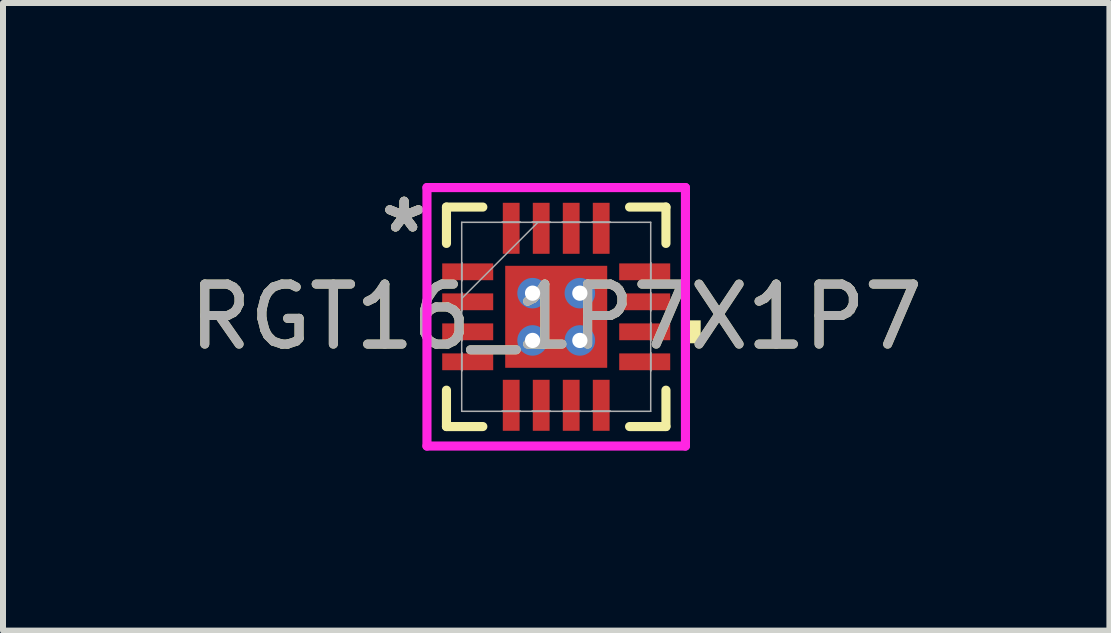
<source format=kicad_pcb>
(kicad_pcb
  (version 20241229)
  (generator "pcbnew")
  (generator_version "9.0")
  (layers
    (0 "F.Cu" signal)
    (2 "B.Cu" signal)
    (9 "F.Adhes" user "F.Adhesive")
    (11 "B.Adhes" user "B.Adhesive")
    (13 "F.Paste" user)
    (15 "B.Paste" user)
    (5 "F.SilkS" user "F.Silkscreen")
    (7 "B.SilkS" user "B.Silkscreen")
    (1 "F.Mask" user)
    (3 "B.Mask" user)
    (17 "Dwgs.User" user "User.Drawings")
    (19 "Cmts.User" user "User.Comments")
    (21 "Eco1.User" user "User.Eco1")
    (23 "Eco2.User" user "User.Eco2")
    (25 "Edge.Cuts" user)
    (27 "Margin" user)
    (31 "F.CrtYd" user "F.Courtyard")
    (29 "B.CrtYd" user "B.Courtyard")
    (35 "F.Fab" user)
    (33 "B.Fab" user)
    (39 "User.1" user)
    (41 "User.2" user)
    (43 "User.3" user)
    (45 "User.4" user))
  (footprint "RGT16_1P7X1P7"
    (layer "F.Cu")
    (at 6.22 2.23)
    (property "Reference" "RGT16_1P7X1P7" (at 0 0 0) (unlocked yes) (layer "F.SilkS") (effects (font (size 1 1) (thickness 0.15))))
    (attr smd)
    (fp_poly (pts (xy -1.97 -0.96) (xy -1.97 -0.54) (xy -0.98 -0.54) (xy -0.98 -0.96)) (stroke (width 0) (type solid)) (fill yes) (layer "F.Mask"))
    (fp_poly (pts (xy -1.97 -0.46) (xy -1.97 -0.04) (xy -0.98 -0.04) (xy -0.98 -0.46)) (stroke (width 0) (type solid)) (fill yes) (layer "F.Mask"))
    (fp_poly (pts (xy -1.97 0.04) (xy -1.97 0.46) (xy -0.98 0.46) (xy -0.98 0.04)) (stroke (width 0) (type solid)) (fill yes) (layer "F.Mask"))
    (fp_poly (pts (xy -1.97 0.54) (xy -1.97 0.96) (xy -0.98 0.96) (xy -0.98 0.54)) (stroke (width 0) (type solid)) (fill yes) (layer "F.Mask"))
    (fp_poly (pts (xy -0.96 -1.97) (xy -0.96 -0.98) (xy -0.541 -0.98) (xy -0.541 -1.97)) (stroke (width 0) (type solid)) (fill yes) (layer "F.Mask"))
    (fp_poly (pts (xy -0.96 0.98) (xy -0.96 1.97) (xy -0.541 1.97) (xy -0.541 0.98)) (stroke (width 0) (type solid)) (fill yes) (layer "F.Mask"))
    (fp_poly (pts (xy -0.913 -0.913) (xy -0.594 -0.913) (xy -0.594 0.913) (xy -0.913 0.913)) (stroke (width 0) (type solid)) (fill yes) (layer "F.Mask"))
    (fp_poly (pts (xy -0.913 -0.913) (xy 0.913 -0.913) (xy 0.913 -0.594) (xy -0.913 -0.594)) (stroke (width 0) (type solid)) (fill yes) (layer "F.Mask"))
    (fp_poly (pts (xy -0.913 -0.194) (xy 0.913 -0.194) (xy 0.913 0.194) (xy -0.913 0.194)) (stroke (width 0) (type solid)) (fill yes) (layer "F.Mask"))
    (fp_poly (pts (xy -0.913 0.594) (xy 0.913 0.594) (xy 0.913 0.913) (xy -0.913 0.913)) (stroke (width 0) (type solid)) (fill yes) (layer "F.Mask"))
    (fp_poly (pts (xy -0.46 -1.97) (xy -0.46 -0.98) (xy -0.04 -0.98) (xy -0.04 -1.97)) (stroke (width 0) (type solid)) (fill yes) (layer "F.Mask"))
    (fp_poly (pts (xy -0.46 0.98) (xy -0.46 1.97) (xy -0.04 1.97) (xy -0.04 0.98)) (stroke (width 0) (type solid)) (fill yes) (layer "F.Mask"))
    (fp_poly (pts (xy 0.04 -1.97) (xy 0.04 -0.98) (xy 0.46 -0.98) (xy 0.46 -1.97)) (stroke (width 0) (type solid)) (fill yes) (layer "F.Mask"))
    (fp_poly (pts (xy 0.04 0.98) (xy 0.04 1.97) (xy 0.46 1.97) (xy 0.46 0.98)) (stroke (width 0) (type solid)) (fill yes) (layer "F.Mask"))
    (fp_poly (pts (xy 0.194 -0.913) (xy -0.194 -0.913) (xy -0.194 0.913) (xy 0.194 0.913)) (stroke (width 0) (type solid)) (fill yes) (layer "F.Mask"))
    (fp_poly (pts (xy 0.541 -1.97) (xy 0.541 -0.98) (xy 0.96 -0.98) (xy 0.96 -1.97)) (stroke (width 0) (type solid)) (fill yes) (layer "F.Mask"))
    (fp_poly (pts (xy 0.541 0.98) (xy 0.541 1.97) (xy 0.96 1.97) (xy 0.96 0.98)) (stroke (width 0) (type solid)) (fill yes) (layer "F.Mask"))
    (fp_poly (pts (xy 0.594 -0.913) (xy 0.913 -0.913) (xy 0.913 0.913) (xy 0.594 0.913)) (stroke (width 0) (type solid)) (fill yes) (layer "F.Mask"))
    (fp_poly (pts (xy 0.98 -0.96) (xy 0.98 -0.54) (xy 1.97 -0.54) (xy 1.97 -0.96)) (stroke (width 0) (type solid)) (fill yes) (layer "F.Mask"))
    (fp_poly (pts (xy 0.98 -0.46) (xy 0.98 -0.04) (xy 1.97 -0.04) (xy 1.97 -0.46)) (stroke (width 0) (type solid)) (fill yes) (layer "F.Mask"))
    (fp_poly (pts (xy 0.98 0.04) (xy 0.98 0.46) (xy 1.97 0.46) (xy 1.97 0.04)) (stroke (width 0) (type solid)) (fill yes) (layer "F.Mask"))
    (fp_poly (pts (xy 0.98 0.54) (xy 0.98 0.96) (xy 1.97 0.96) (xy 1.97 0.54)) (stroke (width 0) (type solid)) (fill yes) (layer "F.Mask"))
    (fp_line (start -1.829 -1.829) (end -1.829 -1.223) (stroke (width 0.152) (type solid)) (layer "F.SilkS"))
    (fp_line (start -1.829 1.223) (end -1.829 1.829) (stroke (width 0.152) (type solid)) (layer "F.SilkS"))
    (fp_line (start -1.829 1.829) (end -1.223 1.829) (stroke (width 0.152) (type solid)) (layer "F.SilkS"))
    (fp_line (start -1.223 -1.829) (end -1.829 -1.829) (stroke (width 0.152) (type solid)) (layer "F.SilkS"))
    (fp_line (start 1.223 1.829) (end 1.829 1.829) (stroke (width 0.152) (type solid)) (layer "F.SilkS"))
    (fp_line (start 1.829 -1.829) (end 1.223 -1.829) (stroke (width 0.152) (type solid)) (layer "F.SilkS"))
    (fp_line (start 1.829 -1.223) (end 1.829 -1.829) (stroke (width 0.152) (type solid)) (layer "F.SilkS"))
    (fp_line (start 1.829 1.829) (end 1.829 1.223) (stroke (width 0.152) (type solid)) (layer "F.SilkS"))
    (fp_poly (pts (xy 2.408 0.059) (xy 2.408 0.441) (xy 2.154 0.441) (xy 2.154 0.059)) (stroke (width 0) (type solid)) (fill yes) (layer "F.SilkS"))
    (fp_poly (pts (xy -1.875 -0.865) (xy -1.875 -0.635) (xy -1.075 -0.635) (xy -1.075 -0.865)) (stroke (width 0) (type solid)) (fill yes) (layer "F.Paste"))
    (fp_poly (pts (xy -1.875 -0.365) (xy -1.875 -0.135) (xy -1.075 -0.135) (xy -1.075 -0.365)) (stroke (width 0) (type solid)) (fill yes) (layer "F.Paste"))
    (fp_poly (pts (xy -1.875 0.135) (xy -1.875 0.365) (xy -1.075 0.365) (xy -1.075 0.135)) (stroke (width 0) (type solid)) (fill yes) (layer "F.Paste"))
    (fp_poly (pts (xy -1.875 0.635) (xy -1.875 0.865) (xy -1.075 0.865) (xy -1.075 0.635)) (stroke (width 0) (type solid)) (fill yes) (layer "F.Paste"))
    (fp_poly (pts (xy -0.865 -1.875) (xy -0.865 -1.075) (xy -0.635 -1.075) (xy -0.635 -1.875)) (stroke (width 0) (type solid)) (fill yes) (layer "F.Paste"))
    (fp_poly (pts (xy -0.865 1.075) (xy -0.865 1.875) (xy -0.635 1.875) (xy -0.635 1.075)) (stroke (width 0) (type solid)) (fill yes) (layer "F.Paste"))
    (fp_poly (pts (xy -0.365 -1.875) (xy -0.365 -1.075) (xy -0.135 -1.075) (xy -0.135 -1.875)) (stroke (width 0) (type solid)) (fill yes) (layer "F.Paste"))
    (fp_poly (pts (xy -0.365 1.075) (xy -0.365 1.875) (xy -0.135 1.875) (xy -0.135 1.075)) (stroke (width 0) (type solid)) (fill yes) (layer "F.Paste"))
    (fp_poly (pts (xy 0.135 -1.875) (xy 0.135 -1.075) (xy 0.365 -1.075) (xy 0.365 -1.875)) (stroke (width 0) (type solid)) (fill yes) (layer "F.Paste"))
    (fp_poly (pts (xy 0.135 1.075) (xy 0.135 1.875) (xy 0.365 1.875) (xy 0.365 1.075)) (stroke (width 0) (type solid)) (fill yes) (layer "F.Paste"))
    (fp_poly (pts (xy 0.635 -1.875) (xy 0.635 -1.075) (xy 0.865 -1.075) (xy 0.865 -1.875)) (stroke (width 0) (type solid)) (fill yes) (layer "F.Paste"))
    (fp_poly (pts (xy 0.635 1.075) (xy 0.635 1.875) (xy 0.865 1.875) (xy 0.865 1.075)) (stroke (width 0) (type solid)) (fill yes) (layer "F.Paste"))
    (fp_poly (pts (xy 1.075 -0.865) (xy 1.075 -0.635) (xy 1.875 -0.635) (xy 1.875 -0.865)) (stroke (width 0) (type solid)) (fill yes) (layer "F.Paste"))
    (fp_poly (pts (xy 1.075 -0.365) (xy 1.075 -0.135) (xy 1.875 -0.135) (xy 1.875 -0.365)) (stroke (width 0) (type solid)) (fill yes) (layer "F.Paste"))
    (fp_poly (pts (xy 1.075 0.135) (xy 1.075 0.365) (xy 1.875 0.365) (xy 1.875 0.135)) (stroke (width 0) (type solid)) (fill yes) (layer "F.Paste"))
    (fp_poly (pts (xy 1.075 0.635) (xy 1.075 0.865) (xy 1.875 0.865) (xy 1.875 0.635)) (stroke (width 0) (type solid)) (fill yes) (layer "F.Paste"))
    (fp_poly (pts (xy -0.775 -0.775) (xy -0.775 -0.494) (xy -0.635 -0.494) (xy -0.494 -0.635) (xy -0.494 -0.775)) (stroke (width 0) (type solid)) (fill yes) (layer "F.Paste"))
    (fp_poly (pts (xy -0.775 0.494) (xy -0.775 0.775) (xy -0.494 0.775) (xy -0.494 0.635) (xy -0.635 0.494)) (stroke (width 0) (type solid)) (fill yes) (layer "F.Paste"))
    (fp_poly (pts (xy 0.494 -0.775) (xy 0.494 -0.635) (xy 0.635 -0.494) (xy 0.775 -0.494) (xy 0.775 -0.775)) (stroke (width 0) (type solid)) (fill yes) (layer "F.Paste"))
    (fp_poly (pts (xy 0.635 0.494) (xy 0.494 0.635) (xy 0.494 0.775) (xy 0.775 0.775) (xy 0.775 0.494)) (stroke (width 0) (type solid)) (fill yes) (layer "F.Paste"))
    (fp_poly (pts (xy -0.775 -0.294) (xy -0.775 0.294) (xy -0.635 0.294) (xy -0.494 0.152) (xy -0.494 -0.152) (xy -0.635 -0.294)) (stroke (width 0) (type solid)) (fill yes) (layer "F.Paste"))
    (fp_poly (pts (xy -0.294 -0.775) (xy -0.294 -0.635) (xy -0.152 -0.494) (xy 0.152 -0.494) (xy 0.294 -0.635) (xy 0.294 -0.775)) (stroke (width 0) (type solid)) (fill yes) (layer "F.Paste"))
    (fp_poly (pts (xy -0.152 0.494) (xy -0.294 0.635) (xy -0.294 0.775) (xy 0.294 0.775) (xy 0.294 0.635) (xy 0.152 0.494)) (stroke (width 0) (type solid)) (fill yes) (layer "F.Paste"))
    (fp_poly (pts (xy 0.635 -0.294) (xy 0.494 -0.152) (xy 0.494 0.152) (xy 0.635 0.294) (xy 0.775 0.294) (xy 0.775 -0.294)) (stroke (width 0) (type solid)) (fill yes) (layer "F.Paste"))
    (fp_poly (pts (xy -0.152 -0.294) (xy -0.294 -0.152) (xy -0.294 0.152) (xy -0.152 0.294) (xy 0.152 0.294) (xy 0.294 0.152) (xy 0.294 -0.152) (xy 0.152 -0.294)) (stroke (width 0) (type solid)) (fill yes) (layer "F.Paste"))
    (fp_line (start -2.154 -2.154) (end 2.154 -2.154) (stroke (width 0.152) (type solid)) (layer "F.CrtYd"))
    (fp_line (start -2.154 2.154) (end -2.154 -2.154) (stroke (width 0.152) (type solid)) (layer "F.CrtYd"))
    (fp_line (start 2.154 -2.154) (end 2.154 2.154) (stroke (width 0.152) (type solid)) (layer "F.CrtYd"))
    (fp_line (start 2.154 2.154) (end -2.154 2.154) (stroke (width 0.152) (type solid)) (layer "F.CrtYd"))
    (fp_line (start -1.575 -1.575) (end -1.575 1.575) (stroke (width 0.025) (type solid)) (layer "F.Fab"))
    (fp_line (start -1.575 -0.9) (end -1.575 -0.9) (stroke (width 0.025) (type solid)) (layer "F.Fab"))
    (fp_line (start -1.575 -0.9) (end -1.575 -0.6) (stroke (width 0.025) (type solid)) (layer "F.Fab"))
    (fp_line (start -1.575 -0.6) (end -1.575 -0.9) (stroke (width 0.025) (type solid)) (layer "F.Fab"))
    (fp_line (start -1.575 -0.6) (end -1.575 -0.6) (stroke (width 0.025) (type solid)) (layer "F.Fab"))
    (fp_line (start -1.575 -0.4) (end -1.575 -0.4) (stroke (width 0.025) (type solid)) (layer "F.Fab"))
    (fp_line (start -1.575 -0.4) (end -1.575 -0.1) (stroke (width 0.025) (type solid)) (layer "F.Fab"))
    (fp_line (start -1.575 -0.305) (end -0.305 -1.575) (stroke (width 0.025) (type solid)) (layer "F.Fab"))
    (fp_line (start -1.575 -0.1) (end -1.575 -0.4) (stroke (width 0.025) (type solid)) (layer "F.Fab"))
    (fp_line (start -1.575 -0.1) (end -1.575 -0.1) (stroke (width 0.025) (type solid)) (layer "F.Fab"))
    (fp_line (start -1.575 0.1) (end -1.575 0.1) (stroke (width 0.025) (type solid)) (layer "F.Fab"))
    (fp_line (start -1.575 0.1) (end -1.575 0.4) (stroke (width 0.025) (type solid)) (layer "F.Fab"))
    (fp_line (start -1.575 0.4) (end -1.575 0.1) (stroke (width 0.025) (type solid)) (layer "F.Fab"))
    (fp_line (start -1.575 0.4) (end -1.575 0.4) (stroke (width 0.025) (type solid)) (layer "F.Fab"))
    (fp_line (start -1.575 0.6) (end -1.575 0.6) (stroke (width 0.025) (type solid)) (layer "F.Fab"))
    (fp_line (start -1.575 0.6) (end -1.575 0.9) (stroke (width 0.025) (type solid)) (layer "F.Fab"))
    (fp_line (start -1.575 0.9) (end -1.575 0.6) (stroke (width 0.025) (type solid)) (layer "F.Fab"))
    (fp_line (start -1.575 0.9) (end -1.575 0.9) (stroke (width 0.025) (type solid)) (layer "F.Fab"))
    (fp_line (start -1.575 1.575) (end 1.575 1.575) (stroke (width 0.025) (type solid)) (layer "F.Fab"))
    (fp_line (start -0.9 -1.575) (end -0.9 -1.575) (stroke (width 0.025) (type solid)) (layer "F.Fab"))
    (fp_line (start -0.9 -1.575) (end -0.6 -1.575) (stroke (width 0.025) (type solid)) (layer "F.Fab"))
    (fp_line (start -0.9 1.575) (end -0.9 1.575) (stroke (width 0.025) (type solid)) (layer "F.Fab"))
    (fp_line (start -0.9 1.575) (end -0.6 1.575) (stroke (width 0.025) (type solid)) (layer "F.Fab"))
    (fp_line (start -0.6 -1.575) (end -0.9 -1.575) (stroke (width 0.025) (type solid)) (layer "F.Fab"))
    (fp_line (start -0.6 -1.575) (end -0.6 -1.575) (stroke (width 0.025) (type solid)) (layer "F.Fab"))
    (fp_line (start -0.6 1.575) (end -0.9 1.575) (stroke (width 0.025) (type solid)) (layer "F.Fab"))
    (fp_line (start -0.6 1.575) (end -0.6 1.575) (stroke (width 0.025) (type solid)) (layer "F.Fab"))
    (fp_line (start -0.4 -1.575) (end -0.4 -1.575) (stroke (width 0.025) (type solid)) (layer "F.Fab"))
    (fp_line (start -0.4 -1.575) (end -0.1 -1.575) (stroke (width 0.025) (type solid)) (layer "F.Fab"))
    (fp_line (start -0.4 1.575) (end -0.4 1.575) (stroke (width 0.025) (type solid)) (layer "F.Fab"))
    (fp_line (start -0.4 1.575) (end -0.1 1.575) (stroke (width 0.025) (type solid)) (layer "F.Fab"))
    (fp_line (start -0.1 -1.575) (end -0.4 -1.575) (stroke (width 0.025) (type solid)) (layer "F.Fab"))
    (fp_line (start -0.1 -1.575) (end -0.1 -1.575) (stroke (width 0.025) (type solid)) (layer "F.Fab"))
    (fp_line (start -0.1 1.575) (end -0.4 1.575) (stroke (width 0.025) (type solid)) (layer "F.Fab"))
    (fp_line (start -0.1 1.575) (end -0.1 1.575) (stroke (width 0.025) (type solid)) (layer "F.Fab"))
    (fp_line (start 0.1 -1.575) (end 0.1 -1.575) (stroke (width 0.025) (type solid)) (layer "F.Fab"))
    (fp_line (start 0.1 -1.575) (end 0.4 -1.575) (stroke (width 0.025) (type solid)) (layer "F.Fab"))
    (fp_line (start 0.1 1.575) (end 0.1 1.575) (stroke (width 0.025) (type solid)) (layer "F.Fab"))
    (fp_line (start 0.1 1.575) (end 0.4 1.575) (stroke (width 0.025) (type solid)) (layer "F.Fab"))
    (fp_line (start 0.4 -1.575) (end 0.1 -1.575) (stroke (width 0.025) (type solid)) (layer "F.Fab"))
    (fp_line (start 0.4 -1.575) (end 0.4 -1.575) (stroke (width 0.025) (type solid)) (layer "F.Fab"))
    (fp_line (start 0.4 1.575) (end 0.1 1.575) (stroke (width 0.025) (type solid)) (layer "F.Fab"))
    (fp_line (start 0.4 1.575) (end 0.4 1.575) (stroke (width 0.025) (type solid)) (layer "F.Fab"))
    (fp_line (start 0.6 -1.575) (end 0.6 -1.575) (stroke (width 0.025) (type solid)) (layer "F.Fab"))
    (fp_line (start 0.6 -1.575) (end 0.9 -1.575) (stroke (width 0.025) (type solid)) (layer "F.Fab"))
    (fp_line (start 0.6 1.575) (end 0.6 1.575) (stroke (width 0.025) (type solid)) (layer "F.Fab"))
    (fp_line (start 0.6 1.575) (end 0.9 1.575) (stroke (width 0.025) (type solid)) (layer "F.Fab"))
    (fp_line (start 0.9 -1.575) (end 0.6 -1.575) (stroke (width 0.025) (type solid)) (layer "F.Fab"))
    (fp_line (start 0.9 -1.575) (end 0.9 -1.575) (stroke (width 0.025) (type solid)) (layer "F.Fab"))
    (fp_line (start 0.9 1.575) (end 0.6 1.575) (stroke (width 0.025) (type solid)) (layer "F.Fab"))
    (fp_line (start 0.9 1.575) (end 0.9 1.575) (stroke (width 0.025) (type solid)) (layer "F.Fab"))
    (fp_line (start 1.575 -1.575) (end -1.575 -1.575) (stroke (width 0.025) (type solid)) (layer "F.Fab"))
    (fp_line (start 1.575 -0.9) (end 1.575 -0.9) (stroke (width 0.025) (type solid)) (layer "F.Fab"))
    (fp_line (start 1.575 -0.9) (end 1.575 -0.6) (stroke (width 0.025) (type solid)) (layer "F.Fab"))
    (fp_line (start 1.575 -0.6) (end 1.575 -0.9) (stroke (width 0.025) (type solid)) (layer "F.Fab"))
    (fp_line (start 1.575 -0.6) (end 1.575 -0.6) (stroke (width 0.025) (type solid)) (layer "F.Fab"))
    (fp_line (start 1.575 -0.4) (end 1.575 -0.4) (stroke (width 0.025) (type solid)) (layer "F.Fab"))
    (fp_line (start 1.575 -0.4) (end 1.575 -0.1) (stroke (width 0.025) (type solid)) (layer "F.Fab"))
    (fp_line (start 1.575 -0.1) (end 1.575 -0.4) (stroke (width 0.025) (type solid)) (layer "F.Fab"))
    (fp_line (start 1.575 -0.1) (end 1.575 -0.1) (stroke (width 0.025) (type solid)) (layer "F.Fab"))
    (fp_line (start 1.575 0.1) (end 1.575 0.1) (stroke (width 0.025) (type solid)) (layer "F.Fab"))
    (fp_line (start 1.575 0.1) (end 1.575 0.4) (stroke (width 0.025) (type solid)) (layer "F.Fab"))
    (fp_line (start 1.575 0.4) (end 1.575 0.1) (stroke (width 0.025) (type solid)) (layer "F.Fab"))
    (fp_line (start 1.575 0.4) (end 1.575 0.4) (stroke (width 0.025) (type solid)) (layer "F.Fab"))
    (fp_line (start 1.575 0.6) (end 1.575 0.6) (stroke (width 0.025) (type solid)) (layer "F.Fab"))
    (fp_line (start 1.575 0.6) (end 1.575 0.9) (stroke (width 0.025) (type solid)) (layer "F.Fab"))
    (fp_line (start 1.575 0.9) (end 1.575 0.6) (stroke (width 0.025) (type solid)) (layer "F.Fab"))
    (fp_line (start 1.575 0.9) (end 1.575 0.9) (stroke (width 0.025) (type solid)) (layer "F.Fab"))
    (fp_line (start 1.575 1.575) (end 1.575 -1.575) (stroke (width 0.025) (type solid)) (layer "F.Fab"))
    (fp_text user "*" (at -2.535 -1.381 0) (layer "F.SilkS") (effects (font (size 1 1) (thickness 0.15))))
    (fp_text user "*" (at -2.535 -1.381 0) (unlocked yes) (layer "F.SilkS") (effects (font (size 1 1) (thickness 0.15))))
    (fp_text user "${REFERENCE}" (at 0 0 0) (unlocked yes) (layer "F.Fab") (effects (font (size 1 1) (thickness 0.15))))
    (fp_text user "*" (at -2.535 -1.381 0) (unlocked yes) (layer "F.Fab") (effects (font (size 1 1) (thickness 0.15))))
    (fp_text user "*" (at -2.535 -1.381 0) (layer "F.Fab") (effects (font (size 1 1) (thickness 0.15))))
    (pad "1" smd rect (at -1.475 -0.75 90) (size 0.28 0.85) (layers "F.Cu" "F.Mask"))
    (pad "2" smd rect (at -1.475 -0.25 90) (size 0.28 0.85) (layers "F.Cu" "F.Mask"))
    (pad "3" smd rect (at -1.475 0.25 90) (size 0.28 0.85) (layers "F.Cu" "F.Mask"))
    (pad "4" smd rect (at -1.475 0.75 90) (size 0.28 0.85) (layers "F.Cu" "F.Mask"))
    (pad "5" smd rect (at -0.75 1.475) (size 0.28 0.85) (layers "F.Cu" "F.Mask"))
    (pad "6" smd rect (at -0.25 1.475) (size 0.28 0.85) (layers "F.Cu" "F.Mask"))
    (pad "7" smd rect (at 0.25 1.475) (size 0.28 0.85) (layers "F.Cu" "F.Mask"))
    (pad "8" smd rect (at 0.75 1.475) (size 0.28 0.85) (layers "F.Cu" "F.Mask"))
    (pad "9" smd rect (at 1.475 0.75 90) (size 0.28 0.85) (layers "F.Cu" "F.Mask"))
    (pad "10" smd rect (at 1.475 0.25 90) (size 0.28 0.85) (layers "F.Cu" "F.Mask"))
    (pad "11" smd rect (at 1.475 -0.25 90) (size 0.28 0.85) (layers "F.Cu" "F.Mask"))
    (pad "12" smd rect (at 1.475 -0.75 90) (size 0.28 0.85) (layers "F.Cu" "F.Mask"))
    (pad "13" smd rect (at 0.75 -1.475) (size 0.28 0.85) (layers "F.Cu" "F.Mask"))
    (pad "14" smd rect (at 0.25 -1.475) (size 0.28 0.85) (layers "F.Cu" "F.Mask"))
    (pad "15" smd rect (at -0.25 -1.475) (size 0.28 0.85) (layers "F.Cu" "F.Mask"))
    (pad "16" smd rect (at -0.75 -1.475) (size 0.28 0.85) (layers "F.Cu" "F.Mask"))
    (pad "17" smd rect (at 0 0) (size 1.7 1.7) (layers "F.Cu"))
    (pad "V" thru_hole circle (at -0.394 -0.394) (size 0.508 0.508) (drill 0.254) (layers "*.Cu" "*.Mask"))
    (pad "V" thru_hole circle (at -0.394 0.394) (size 0.508 0.508) (drill 0.254) (layers "*.Cu" "*.Mask"))
    (pad "V" thru_hole circle (at 0.394 -0.394) (size 0.508 0.508) (drill 0.254) (layers "*.Cu" "*.Mask"))
    (pad "V" thru_hole circle (at 0.394 0.394) (size 0.508 0.508) (drill 0.254) (layers "*.Cu" "*.Mask")))
  (gr_rect
    (start -3 -3)
    (end 15.44 7.46)
    (stroke (width 0.1) (type default))
    (fill no)
    (layer "Edge.Cuts")))
</source>
